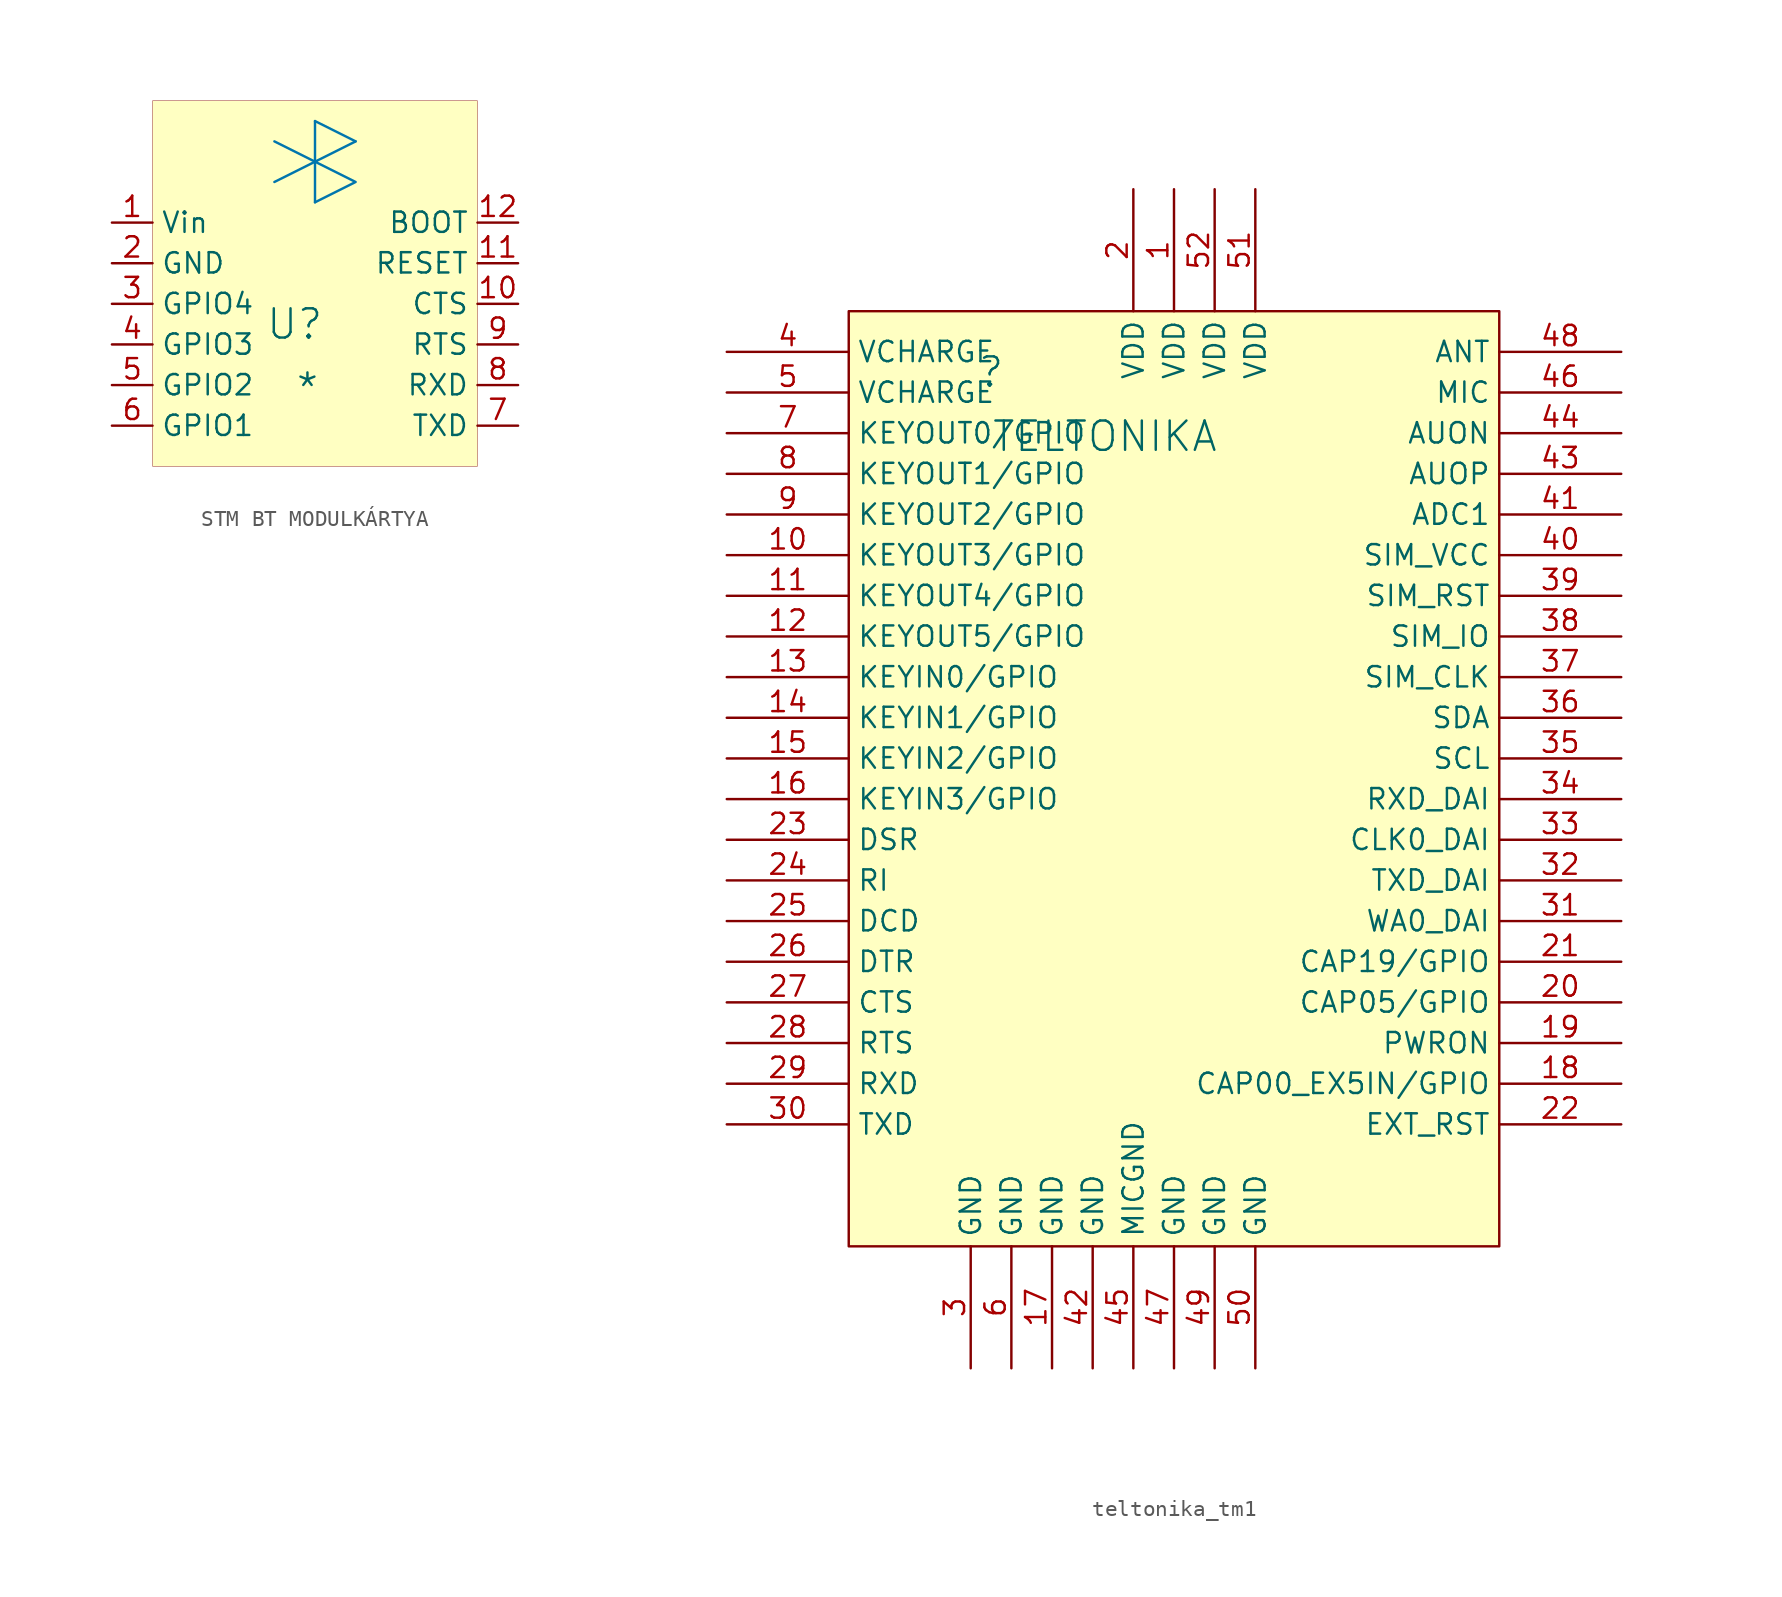
<source format=kicad_sym>
(kicad_symbol_lib
  (version 20241209)
  (generator "kicad_symbol_editor")
  (generator_version "9.0")
  (symbol "STM BT MODULKÁRTYA"
    (property "Reference" "U"
      (at -1.27 1.27 0)
      (effects (font (size 1.829 1.829))))
    (property "Value" "*"
      (at -1.27 -3.81 0)
      (effects (font (size 1.829 1.829)) (justify left bottom)))
    (symbol "STM BT MODULKÁRTYA_1_0"
      (polyline (pts (xy 0 13.97) (xy 0 8.89)) (stroke (width 0) (type solid) (color 0 117 173 1)) (fill (type none)))
      (polyline (pts (xy 0 11.43) (xy -2.54 12.7)) (stroke (width 0) (type solid) (color 0 117 173 1)) (fill (type none)))
      (polyline (pts (xy 0 11.43) (xy -2.54 10.16)) (stroke (width 0) (type solid) (color 0 117 173 1)) (fill (type none)))
      (polyline (pts (xy 2.54 12.7) (xy 0 13.97)) (stroke (width 0) (type solid) (color 0 117 173 1)) (fill (type none)))
      (polyline (pts (xy 2.54 12.7) (xy 0 11.43) (xy 2.54 10.16) (xy 0 8.89)) (stroke (width 0) (type solid) (color 0 117 173 1)) (fill (type none)))
      (rectangle (start 10.16 15.24) (end -10.16 -7.62) (stroke (width 0.025) (type solid) (color 128 0 0 1)) (fill (type background)))
      (pin passive line (at -12.7 7.62 0) (length 2.54) (name "Vin" (effects (font (size 1.27 1.27)))) (number "1" (effects (font (size 1.27 1.27)))))
      (pin passive line (at -12.7 5.08 0) (length 2.54) (name "GND" (effects (font (size 1.27 1.27)))) (number "2" (effects (font (size 1.27 1.27)))))
      (pin passive line (at -12.7 2.54 0) (length 2.54) (name "GPIO4" (effects (font (size 1.27 1.27)))) (number "3" (effects (font (size 1.27 1.27)))))
      (pin passive line (at -12.7 0 0) (length 2.54) (name "GPIO3" (effects (font (size 1.27 1.27)))) (number "4" (effects (font (size 1.27 1.27)))))
      (pin passive line (at -12.7 -2.54 0) (length 2.54) (name "GPIO2" (effects (font (size 1.27 1.27)))) (number "5" (effects (font (size 1.27 1.27)))))
      (pin passive line (at -12.7 -5.08 0) (length 2.54) (name "GPIO1" (effects (font (size 1.27 1.27)))) (number "6" (effects (font (size 1.27 1.27)))))
      (pin passive line (at 12.7 7.62 180) (length 2.54) (name "BOOT" (effects (font (size 1.27 1.27)))) (number "12" (effects (font (size 1.27 1.27)))))
      (pin passive line (at 12.7 5.08 180) (length 2.54) (name "RESET" (effects (font (size 1.27 1.27)))) (number "11" (effects (font (size 1.27 1.27)))))
      (pin passive line (at 12.7 2.54 180) (length 2.54) (name "CTS" (effects (font (size 1.27 1.27)))) (number "10" (effects (font (size 1.27 1.27)))))
      (pin passive line (at 12.7 0 180) (length 2.54) (name "RTS" (effects (font (size 1.27 1.27)))) (number "9" (effects (font (size 1.27 1.27)))))
      (pin passive line (at 12.7 -2.54 180) (length 2.54) (name "RXD" (effects (font (size 1.27 1.27)))) (number "8" (effects (font (size 1.27 1.27)))))
      (pin passive line (at 12.7 -5.08 180) (length 2.54) (name "TXD" (effects (font (size 1.27 1.27)))) (number "7" (effects (font (size 1.27 1.27)))))))
  (symbol "teltonika_tm1"
    (property "Reference" ""
      (at -1.27 1.27 0)
      (effects (font (size 1.829 1.829))))
    (property "Value" "TELTONIKA"
      (at -1.27 -3.81 0)
      (effects (font (size 1.829 1.829)) (justify left bottom)))
    (symbol "teltonika_tm1_1_0"
      (polyline (pts (xy 30.48 5.08) (xy -10.16 5.08) (xy -10.16 -53.34) (xy 30.48 -53.34) (xy 30.48 5.08)) (stroke (width 0) (type solid)) (fill (type none)))
      (rectangle (start 30.48 5.08) (end -10.16 -53.34) (stroke (width 0.025) (type solid) (color 128 0 0 1)) (fill (type background)))
      (pin passive line (at -17.78 2.54 0) (length 7.62) (name "VCHARGE" (effects (font (size 1.27 1.27)))) (number "4" (effects (font (size 1.27 1.27)))))
      (pin passive line (at -17.78 0 0) (length 7.62) (name "VCHARGE" (effects (font (size 1.27 1.27)))) (number "5" (effects (font (size 1.27 1.27)))))
      (pin passive line (at -17.78 -2.54 0) (length 7.62) (name "KEYOUT0/GPIO" (effects (font (size 1.27 1.27)))) (number "7" (effects (font (size 1.27 1.27)))))
      (pin passive line (at -17.78 -5.08 0) (length 7.62) (name "KEYOUT1/GPIO" (effects (font (size 1.27 1.27)))) (number "8" (effects (font (size 1.27 1.27)))))
      (pin passive line (at -17.78 -7.62 0) (length 7.62) (name "KEYOUT2/GPIO" (effects (font (size 1.27 1.27)))) (number "9" (effects (font (size 1.27 1.27)))))
      (pin passive line (at -17.78 -10.16 0) (length 7.62) (name "KEYOUT3/GPIO" (effects (font (size 1.27 1.27)))) (number "10" (effects (font (size 1.27 1.27)))))
      (pin passive line (at -17.78 -12.7 0) (length 7.62) (name "KEYOUT4/GPIO" (effects (font (size 1.27 1.27)))) (number "11" (effects (font (size 1.27 1.27)))))
      (pin passive line (at -17.78 -15.24 0) (length 7.62) (name "KEYOUT5/GPIO" (effects (font (size 1.27 1.27)))) (number "12" (effects (font (size 1.27 1.27)))))
      (pin passive line (at -17.78 -17.78 0) (length 7.62) (name "KEYIN0/GPIO" (effects (font (size 1.27 1.27)))) (number "13" (effects (font (size 1.27 1.27)))))
      (pin passive line (at -17.78 -20.32 0) (length 7.62) (name "KEYIN1/GPIO" (effects (font (size 1.27 1.27)))) (number "14" (effects (font (size 1.27 1.27)))))
      (pin passive line (at -17.78 -22.86 0) (length 7.62) (name "KEYIN2/GPIO" (effects (font (size 1.27 1.27)))) (number "15" (effects (font (size 1.27 1.27)))))
      (pin passive line (at -17.78 -25.4 0) (length 7.62) (name "KEYIN3/GPIO" (effects (font (size 1.27 1.27)))) (number "16" (effects (font (size 1.27 1.27)))))
      (pin passive line (at -17.78 -27.94 0) (length 7.62) (name "DSR" (effects (font (size 1.27 1.27)))) (number "23" (effects (font (size 1.27 1.27)))))
      (pin passive line (at -17.78 -30.48 0) (length 7.62) (name "RI" (effects (font (size 1.27 1.27)))) (number "24" (effects (font (size 1.27 1.27)))))
      (pin passive line (at -17.78 -33.02 0) (length 7.62) (name "DCD" (effects (font (size 1.27 1.27)))) (number "25" (effects (font (size 1.27 1.27)))))
      (pin passive line (at -17.78 -35.56 0) (length 7.62) (name "DTR" (effects (font (size 1.27 1.27)))) (number "26" (effects (font (size 1.27 1.27)))))
      (pin passive line (at -17.78 -38.1 0) (length 7.62) (name "CTS" (effects (font (size 1.27 1.27)))) (number "27" (effects (font (size 1.27 1.27)))))
      (pin passive line (at -17.78 -40.64 0) (length 7.62) (name "RTS" (effects (font (size 1.27 1.27)))) (number "28" (effects (font (size 1.27 1.27)))))
      (pin passive line (at -17.78 -43.18 0) (length 7.62) (name "RXD" (effects (font (size 1.27 1.27)))) (number "29" (effects (font (size 1.27 1.27)))))
      (pin passive line (at -17.78 -45.72 0) (length 7.62) (name "TXD" (effects (font (size 1.27 1.27)))) (number "30" (effects (font (size 1.27 1.27)))))
      (pin passive line (at -2.54 -60.96 90) (length 7.62) (name "GND" (effects (font (size 1.27 1.27)))) (number "3" (effects (font (size 1.27 1.27)))))
      (pin passive line (at 0 -60.96 90) (length 7.62) (name "GND" (effects (font (size 1.27 1.27)))) (number "6" (effects (font (size 1.27 1.27)))))
      (pin passive line (at 2.54 -60.96 90) (length 7.62) (name "GND" (effects (font (size 1.27 1.27)))) (number "17" (effects (font (size 1.27 1.27)))))
      (pin passive line (at 5.08 -60.96 90) (length 7.62) (name "GND" (effects (font (size 1.27 1.27)))) (number "42" (effects (font (size 1.27 1.27)))))
      (pin passive line (at 7.62 12.7 270) (length 7.62) (name "VDD" (effects (font (size 1.27 1.27)))) (number "2" (effects (font (size 1.27 1.27)))))
      (pin passive line (at 7.62 -60.96 90) (length 7.62) (name "MICGND" (effects (font (size 1.27 1.27)))) (number "45" (effects (font (size 1.27 1.27)))))
      (pin passive line (at 10.16 12.7 270) (length 7.62) (name "VDD" (effects (font (size 1.27 1.27)))) (number "1" (effects (font (size 1.27 1.27)))))
      (pin passive line (at 10.16 -60.96 90) (length 7.62) (name "GND" (effects (font (size 1.27 1.27)))) (number "47" (effects (font (size 1.27 1.27)))))
      (pin passive line (at 12.7 12.7 270) (length 7.62) (name "VDD" (effects (font (size 1.27 1.27)))) (number "52" (effects (font (size 1.27 1.27)))))
      (pin passive line (at 12.7 -60.96 90) (length 7.62) (name "GND" (effects (font (size 1.27 1.27)))) (number "49" (effects (font (size 1.27 1.27)))))
      (pin passive line (at 15.24 12.7 270) (length 7.62) (name "VDD" (effects (font (size 1.27 1.27)))) (number "51" (effects (font (size 1.27 1.27)))))
      (pin passive line (at 15.24 -60.96 90) (length 7.62) (name "GND" (effects (font (size 1.27 1.27)))) (number "50" (effects (font (size 1.27 1.27)))))
      (pin passive line (at 38.1 2.54 180) (length 7.62) (name "ANT" (effects (font (size 1.27 1.27)))) (number "48" (effects (font (size 1.27 1.27)))))
      (pin passive line (at 38.1 0 180) (length 7.62) (name "MIC" (effects (font (size 1.27 1.27)))) (number "46" (effects (font (size 1.27 1.27)))))
      (pin passive line (at 38.1 -2.54 180) (length 7.62) (name "AUON" (effects (font (size 1.27 1.27)))) (number "44" (effects (font (size 1.27 1.27)))))
      (pin passive line (at 38.1 -5.08 180) (length 7.62) (name "AUOP" (effects (font (size 1.27 1.27)))) (number "43" (effects (font (size 1.27 1.27)))))
      (pin passive line (at 38.1 -7.62 180) (length 7.62) (name "ADC1" (effects (font (size 1.27 1.27)))) (number "41" (effects (font (size 1.27 1.27)))))
      (pin passive line (at 38.1 -10.16 180) (length 7.62) (name "SIM_VCC" (effects (font (size 1.27 1.27)))) (number "40" (effects (font (size 1.27 1.27)))))
      (pin passive line (at 38.1 -12.7 180) (length 7.62) (name "SIM_RST" (effects (font (size 1.27 1.27)))) (number "39" (effects (font (size 1.27 1.27)))))
      (pin passive line (at 38.1 -15.24 180) (length 7.62) (name "SIM_IO" (effects (font (size 1.27 1.27)))) (number "38" (effects (font (size 1.27 1.27)))))
      (pin passive line (at 38.1 -17.78 180) (length 7.62) (name "SIM_CLK" (effects (font (size 1.27 1.27)))) (number "37" (effects (font (size 1.27 1.27)))))
      (pin passive line (at 38.1 -20.32 180) (length 7.62) (name "SDA" (effects (font (size 1.27 1.27)))) (number "36" (effects (font (size 1.27 1.27)))))
      (pin passive line (at 38.1 -22.86 180) (length 7.62) (name "SCL" (effects (font (size 1.27 1.27)))) (number "35" (effects (font (size 1.27 1.27)))))
      (pin passive line (at 38.1 -25.4 180) (length 7.62) (name "RXD_DAI" (effects (font (size 1.27 1.27)))) (number "34" (effects (font (size 1.27 1.27)))))
      (pin passive line (at 38.1 -27.94 180) (length 7.62) (name "CLK0_DAI" (effects (font (size 1.27 1.27)))) (number "33" (effects (font (size 1.27 1.27)))))
      (pin passive line (at 38.1 -30.48 180) (length 7.62) (name "TXD_DAI" (effects (font (size 1.27 1.27)))) (number "32" (effects (font (size 1.27 1.27)))))
      (pin passive line (at 38.1 -33.02 180) (length 7.62) (name "WA0_DAI" (effects (font (size 1.27 1.27)))) (number "31" (effects (font (size 1.27 1.27)))))
      (pin passive line (at 38.1 -35.56 180) (length 7.62) (name "CAP19/GPIO" (effects (font (size 1.27 1.27)))) (number "21" (effects (font (size 1.27 1.27)))))
      (pin passive line (at 38.1 -38.1 180) (length 7.62) (name "CAP05/GPIO" (effects (font (size 1.27 1.27)))) (number "20" (effects (font (size 1.27 1.27)))))
      (pin passive line (at 38.1 -40.64 180) (length 7.62) (name "PWRON" (effects (font (size 1.27 1.27)))) (number "19" (effects (font (size 1.27 1.27)))))
      (pin passive line (at 38.1 -43.18 180) (length 7.62) (name "CAP00_EX5IN/GPIO" (effects (font (size 1.27 1.27)))) (number "18" (effects (font (size 1.27 1.27)))))
      (pin passive line (at 38.1 -45.72 180) (length 7.62) (name "EXT_RST" (effects (font (size 1.27 1.27)))) (number "22" (effects (font (size 1.27 1.27))))))))
</source>
